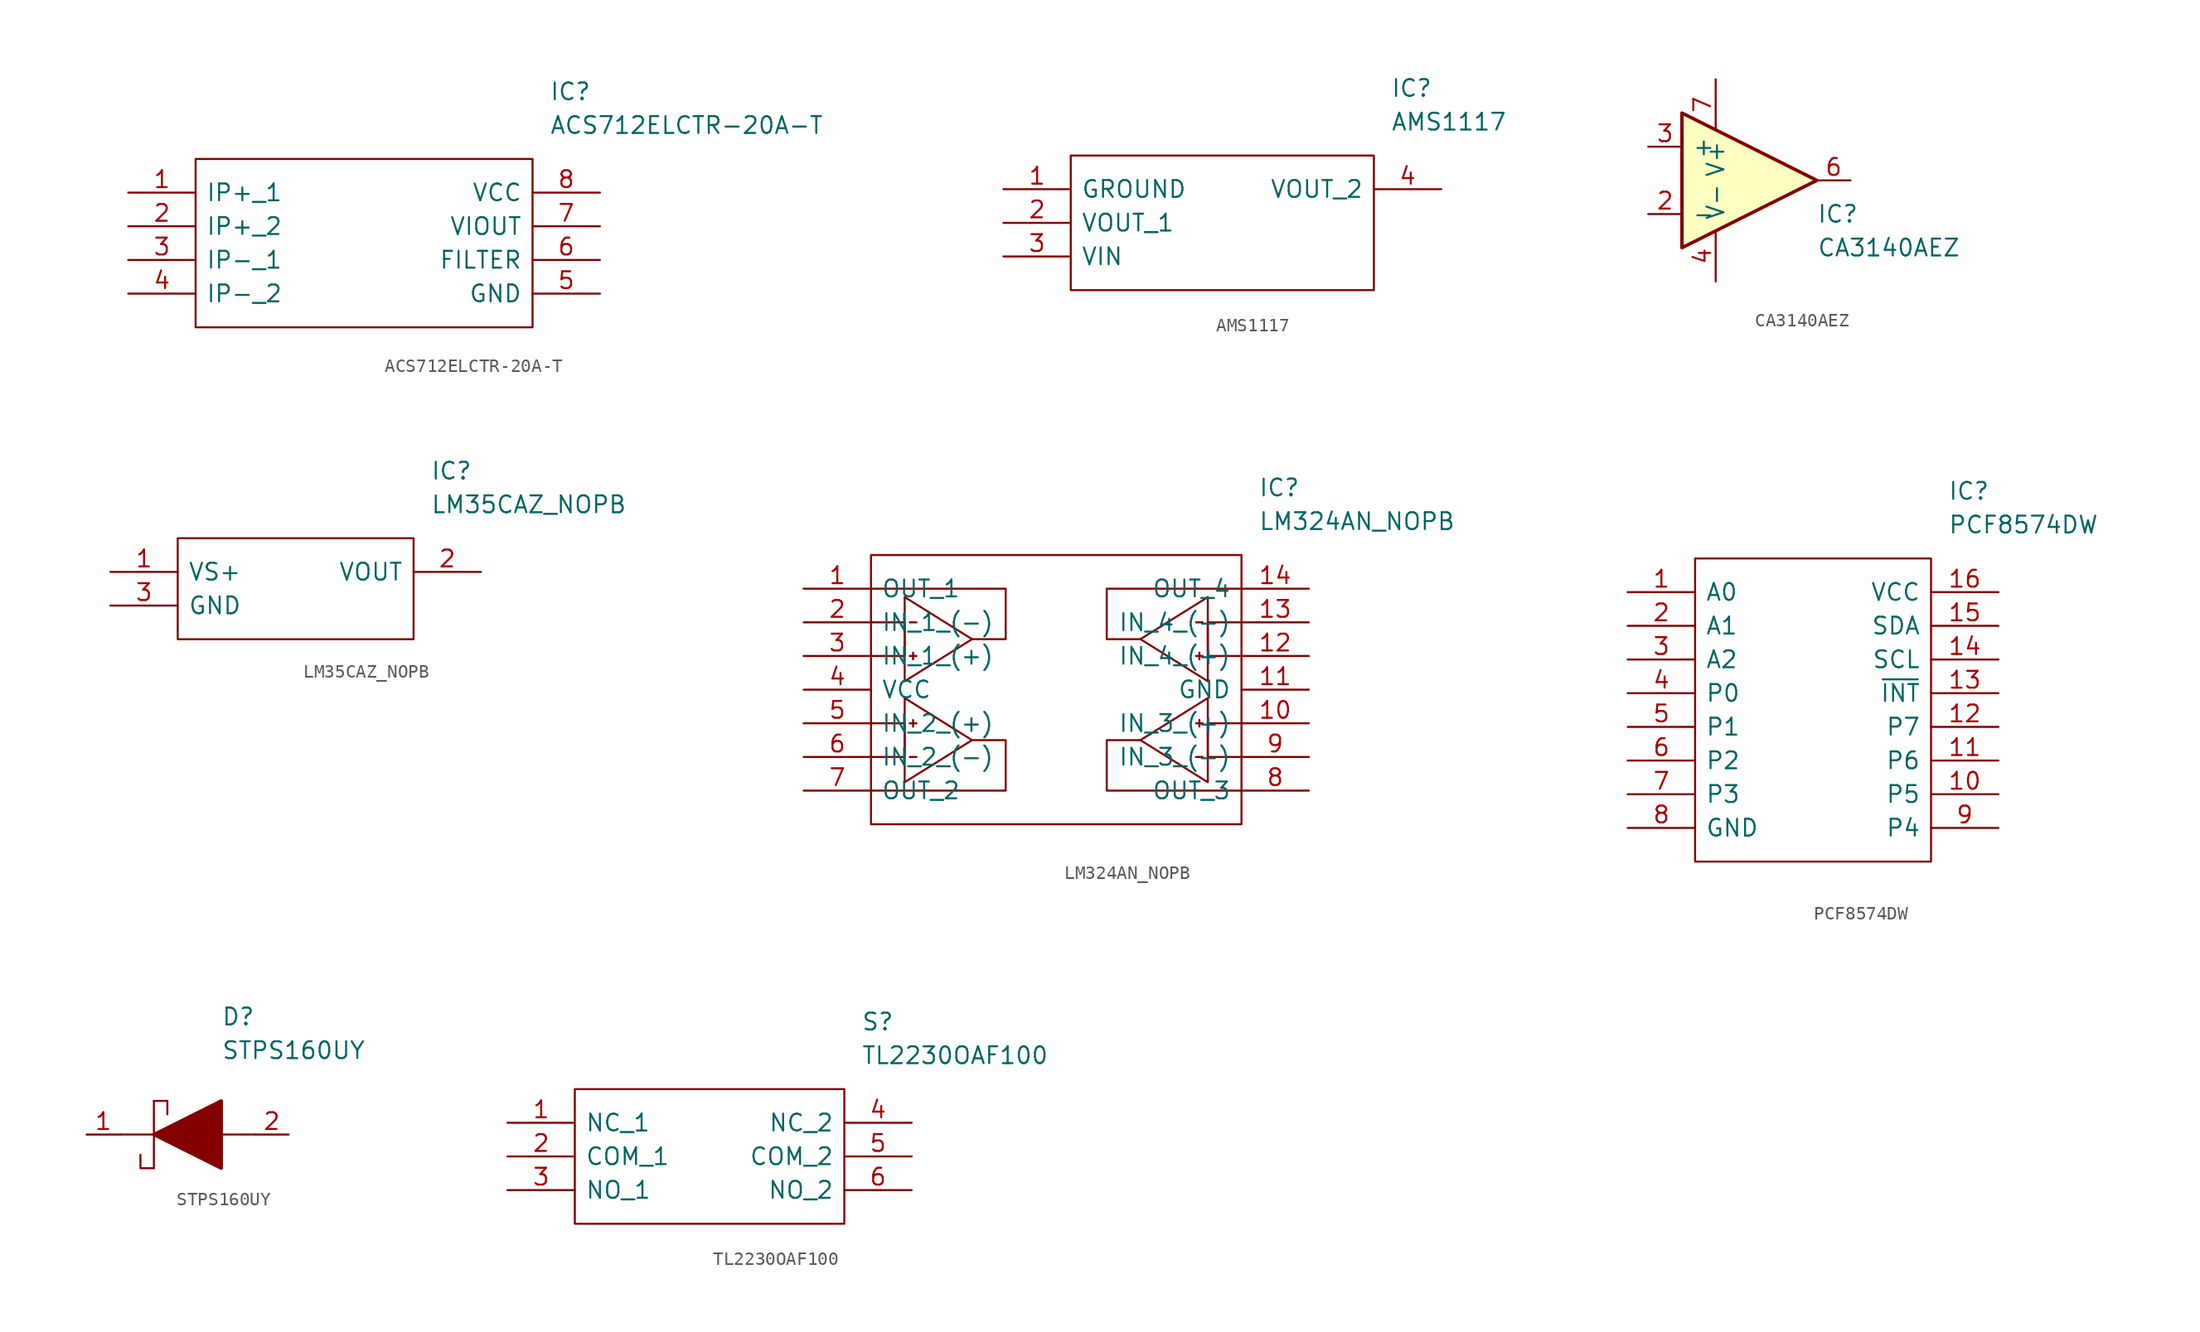
<source format=kicad_sym>
(kicad_symbol_lib
  (version 20211014)
  (generator kicad_symbol_editor)
  (symbol "ACS712ELCTR-20A-T"
    (pin_names
      (offset 0.762))
    (property "Reference" "IC"
      (at 13.97 11.43 0)
      (effects (font (size 1.27 1.27)) (justify left)))
    (property "Value" "ACS712ELCTR-20A-T"
      (at 13.97 8.89 0)
      (effects (font (size 1.27 1.27)) (justify left)))
    (symbol "ACS712ELCTR-20A-T_0_0"
      (pin passive line (at -17.78 3.81 0) (length 5.08) (name "IP+_1" (effects (font (size 1.27 1.27)))) (number "1" (effects (font (size 1.27 1.27)))))
      (pin passive line (at -17.78 1.27 0) (length 5.08) (name "IP+_2" (effects (font (size 1.27 1.27)))) (number "2" (effects (font (size 1.27 1.27)))))
      (pin passive line (at -17.78 -1.27 0) (length 5.08) (name "IP-_1" (effects (font (size 1.27 1.27)))) (number "3" (effects (font (size 1.27 1.27)))))
      (pin passive line (at -17.78 -3.81 0) (length 5.08) (name "IP-_2" (effects (font (size 1.27 1.27)))) (number "4" (effects (font (size 1.27 1.27)))))
      (pin passive line (at 17.78 -3.81 180) (length 5.08) (name "GND" (effects (font (size 1.27 1.27)))) (number "5" (effects (font (size 1.27 1.27)))))
      (pin passive line (at 17.78 -1.27 180) (length 5.08) (name "FILTER" (effects (font (size 1.27 1.27)))) (number "6" (effects (font (size 1.27 1.27)))))
      (pin passive line (at 17.78 1.27 180) (length 5.08) (name "VIOUT" (effects (font (size 1.27 1.27)))) (number "7" (effects (font (size 1.27 1.27)))))
      (pin passive line (at 17.78 3.81 180) (length 5.08) (name "VCC" (effects (font (size 1.27 1.27)))) (number "8" (effects (font (size 1.27 1.27))))))
    (symbol "ACS712ELCTR-20A-T_0_1"
      (polyline (pts (xy -12.7 6.35) (xy 12.7 6.35) (xy 12.7 -6.35) (xy -12.7 -6.35) (xy -12.7 6.35)) (stroke (width 0.152) (type default) (color 0 0 0 0)) (fill (type none)))))
  (symbol "AMS1117"
    (pin_names
      (offset 0.762))
    (property "Reference" "IC"
      (at 29.21 7.62 0)
      (effects (font (size 1.27 1.27)) (justify left)))
    (property "Value" "AMS1117"
      (at 29.21 5.08 0)
      (effects (font (size 1.27 1.27)) (justify left)))
    (symbol "AMS1117_0_0"
      (pin passive line (at 0 0 0) (length 5.08) (name "GROUND" (effects (font (size 1.27 1.27)))) (number "1" (effects (font (size 1.27 1.27)))))
      (pin passive line (at 0 -2.54 0) (length 5.08) (name "VOUT_1" (effects (font (size 1.27 1.27)))) (number "2" (effects (font (size 1.27 1.27)))))
      (pin passive line (at 0 -5.08 0) (length 5.08) (name "VIN" (effects (font (size 1.27 1.27)))) (number "3" (effects (font (size 1.27 1.27)))))
      (pin passive line (at 33.02 0 180) (length 5.08) (name "VOUT_2" (effects (font (size 1.27 1.27)))) (number "4" (effects (font (size 1.27 1.27))))))
    (symbol "AMS1117_0_1"
      (polyline (pts (xy 5.08 2.54) (xy 27.94 2.54) (xy 27.94 -7.62) (xy 5.08 -7.62) (xy 5.08 2.54)) (stroke (width 0.152) (type default) (color 0 0 0 0)) (fill (type none)))))
  (symbol "CA3140AEZ"
    (pin_names
      (offset 0.762))
    (property "Reference" "IC"
      (at 5.08 -2.54 0)
      (effects (font (size 1.27 1.27)) (justify left)))
    (property "Value" "CA3140AEZ"
      (at 5.08 -5.08 0)
      (effects (font (size 1.27 1.27)) (justify left)))
    (symbol "CA3140AEZ_0_0"
      (pin passive line (at 0 -7.62 90) (length 5.08) hide (name "OFFSET_NULL_1" (effects (font (size 1.27 1.27)))) (number "1" (effects (font (size 1.27 1.27)))))
      (pin passive line (at 2.54 -6.35 90) (length 5.08) hide (name "OFFSET_NULL_2" (effects (font (size 1.27 1.27)))) (number "5" (effects (font (size 1.27 1.27)))))
      (pin passive line (at 2.54 6.35 270) (length 5.08) hide (name "STROBE" (effects (font (size 1.27 1.27)))) (number "8" (effects (font (size 1.27 1.27))))))
    (symbol "CA3140AEZ_1_1"
      (polyline (pts (xy -5.08 5.08) (xy 5.08 0) (xy -5.08 -5.08) (xy -5.08 5.08)) (stroke (width 0.254) (type default) (color 0 0 0 0)) (fill (type background)))
      (pin input line (at -7.62 -2.54 0) (length 2.54) (name "-" (effects (font (size 1.27 1.27)))) (number "2" (effects (font (size 1.27 1.27)))))
      (pin input line (at -7.62 2.54 0) (length 2.54) (name "+" (effects (font (size 1.27 1.27)))) (number "3" (effects (font (size 1.27 1.27)))))
      (pin power_in line (at -2.54 -7.62 90) (length 3.81) (name "V-" (effects (font (size 1.27 1.27)))) (number "4" (effects (font (size 1.27 1.27)))))
      (pin output line (at 7.62 0 180) (length 2.54) (name "~" (effects (font (size 1.27 1.27)))) (number "6" (effects (font (size 1.27 1.27)))))
      (pin power_in line (at -2.54 7.62 270) (length 3.81) (name "V+" (effects (font (size 1.27 1.27)))) (number "7" (effects (font (size 1.27 1.27)))))))
  (symbol "LM35CAZ_NOPB"
    (pin_names
      (offset 0.762))
    (property "Reference" "IC"
      (at 10.16 8.89 0)
      (effects (font (size 1.27 1.27)) (justify left)))
    (property "Value" "LM35CAZ_NOPB"
      (at 10.16 6.35 0)
      (effects (font (size 1.27 1.27)) (justify left)))
    (symbol "LM35CAZ_NOPB_0_0"
      (pin passive line (at -13.97 1.27 0) (length 5.08) (name "VS+" (effects (font (size 1.27 1.27)))) (number "1" (effects (font (size 1.27 1.27)))))
      (pin output line (at 13.97 1.27 180) (length 5.08) (name "VOUT" (effects (font (size 1.27 1.27)))) (number "2" (effects (font (size 1.27 1.27)))))
      (pin power_in line (at -13.97 -1.27 0) (length 5.08) (name "GND" (effects (font (size 1.27 1.27)))) (number "3" (effects (font (size 1.27 1.27))))))
    (symbol "LM35CAZ_NOPB_0_1"
      (polyline (pts (xy -8.89 3.81) (xy 8.89 3.81) (xy 8.89 -3.81) (xy -8.89 -3.81) (xy -8.89 3.81)) (stroke (width 0.152) (type default) (color 0 0 0 0)) (fill (type none)))))
  (symbol "LM324AN_NOPB"
    (pin_names
      (offset 0.762))
    (property "Reference" "IC"
      (at 15.24 15.24 0)
      (effects (font (size 1.27 1.27)) (justify left)))
    (property "Value" "LM324AN_NOPB"
      (at 15.24 12.7 0)
      (effects (font (size 1.27 1.27)) (justify left)))
    (symbol "LM324AN_NOPB_0_0"
      (pin output line (at -19.05 7.62 0) (length 5.08) (name "OUT_1" (effects (font (size 1.27 1.27)))) (number "1" (effects (font (size 1.27 1.27)))))
      (pin input line (at 19.05 -2.54 180) (length 5.08) (name "IN_3_(+)" (effects (font (size 1.27 1.27)))) (number "10" (effects (font (size 1.27 1.27)))))
      (pin power_in line (at 19.05 0 180) (length 5.08) (name "GND" (effects (font (size 1.27 1.27)))) (number "11" (effects (font (size 1.27 1.27)))))
      (pin input line (at 19.05 2.54 180) (length 5.08) (name "IN_4_(+)" (effects (font (size 1.27 1.27)))) (number "12" (effects (font (size 1.27 1.27)))))
      (pin input line (at 19.05 5.08 180) (length 5.08) (name "IN_4_(-)" (effects (font (size 1.27 1.27)))) (number "13" (effects (font (size 1.27 1.27)))))
      (pin output line (at 19.05 7.62 180) (length 5.08) (name "OUT_4" (effects (font (size 1.27 1.27)))) (number "14" (effects (font (size 1.27 1.27)))))
      (pin input line (at -19.05 5.08 0) (length 5.08) (name "IN_1_(-)" (effects (font (size 1.27 1.27)))) (number "2" (effects (font (size 1.27 1.27)))))
      (pin input line (at -19.05 2.54 0) (length 5.08) (name "IN_1_(+)" (effects (font (size 1.27 1.27)))) (number "3" (effects (font (size 1.27 1.27)))))
      (pin power_in line (at -19.05 0 0) (length 5.08) (name "VCC" (effects (font (size 1.27 1.27)))) (number "4" (effects (font (size 1.27 1.27)))))
      (pin input line (at -19.05 -2.54 0) (length 5.08) (name "IN_2_(+)" (effects (font (size 1.27 1.27)))) (number "5" (effects (font (size 1.27 1.27)))))
      (pin input line (at -19.05 -5.08 0) (length 5.08) (name "IN_2_(-)" (effects (font (size 1.27 1.27)))) (number "6" (effects (font (size 1.27 1.27)))))
      (pin output line (at -19.05 -7.62 0) (length 5.08) (name "OUT_2" (effects (font (size 1.27 1.27)))) (number "7" (effects (font (size 1.27 1.27)))))
      (pin output line (at 19.05 -7.62 180) (length 5.08) (name "OUT_3" (effects (font (size 1.27 1.27)))) (number "8" (effects (font (size 1.27 1.27)))))
      (pin input line (at 19.05 -5.08 180) (length 5.08) (name "IN_3_(-)" (effects (font (size 1.27 1.27)))) (number "9" (effects (font (size 1.27 1.27))))))
    (symbol "LM324AN_NOPB_0_1"
      (polyline (pts (xy -11.049 2.54) (xy -10.541 2.54)) (stroke (width 0) (type default) (color 0 0 0 0)) (fill (type none)))
      (polyline (pts (xy -10.795 2.794) (xy -10.795 2.286)) (stroke (width 0) (type default) (color 0 0 0 0)) (fill (type none)))
      (polyline (pts (xy -11.049 5.08) (xy -10.541 5.08) (xy -10.668 5.08)) (stroke (width 0) (type default) (color 0 0 0 0)) (fill (type none)))
      (polyline (pts (xy -13.97 5.08) (xy -11.43 5.08) (xy -11.43 2.54) (xy -13.97 2.54)) (stroke (width 0) (type default) (color 0 0 0 0)) (fill (type none)))
      (polyline (pts (xy -11.43 6.985) (xy -11.43 0.635) (xy -6.35 3.81) (xy -11.43 6.985)) (stroke (width 0) (type default) (color 0 0 0 0)) (fill (type none)))
      (polyline (pts (xy -6.35 3.81) (xy -3.81 3.81) (xy -3.81 7.62) (xy -13.97 7.62)) (stroke (width 0) (type default) (color 0 0 0 0)) (fill (type none)))
      (polyline (pts (xy -13.97 10.16) (xy 13.97 10.16) (xy 13.97 -10.16) (xy -13.97 -10.16) (xy -13.97 10.16)) (stroke (width 0.152) (type default) (color 0 0 0 0)) (fill (type none))))
    (symbol "LM324AN_NOPB_1_1"
      (polyline (pts (xy -11.049 -2.54) (xy -10.541 -2.54)) (stroke (width 0) (type default) (color 0 0 0 0)) (fill (type none)))
      (polyline (pts (xy -10.795 -2.794) (xy -10.795 -2.286)) (stroke (width 0) (type default) (color 0 0 0 0)) (fill (type none)))
      (polyline (pts (xy 10.795 -2.794) (xy 10.795 -2.286)) (stroke (width 0) (type default) (color 0 0 0 0)) (fill (type none)))
      (polyline (pts (xy 10.795 2.794) (xy 10.795 2.286)) (stroke (width 0) (type default) (color 0 0 0 0)) (fill (type none)))
      (polyline (pts (xy 11.049 -2.54) (xy 10.541 -2.54)) (stroke (width 0) (type default) (color 0 0 0 0)) (fill (type none)))
      (polyline (pts (xy 11.049 2.54) (xy 10.541 2.54)) (stroke (width 0) (type default) (color 0 0 0 0)) (fill (type none)))
      (polyline (pts (xy -11.049 -5.08) (xy -10.541 -5.08) (xy -10.668 -5.08)) (stroke (width 0) (type default) (color 0 0 0 0)) (fill (type none)))
      (polyline (pts (xy 11.049 -5.08) (xy 10.541 -5.08) (xy 10.668 -5.08)) (stroke (width 0) (type default) (color 0 0 0 0)) (fill (type none)))
      (polyline (pts (xy 11.049 5.08) (xy 10.541 5.08) (xy 10.668 5.08)) (stroke (width 0) (type default) (color 0 0 0 0)) (fill (type none)))
      (polyline (pts (xy -13.97 -5.08) (xy -11.43 -5.08) (xy -11.43 -2.54) (xy -13.97 -2.54)) (stroke (width 0) (type default) (color 0 0 0 0)) (fill (type none)))
      (polyline (pts (xy -11.43 -6.985) (xy -11.43 -0.635) (xy -6.35 -3.81) (xy -11.43 -6.985)) (stroke (width 0) (type default) (color 0 0 0 0)) (fill (type none)))
      (polyline (pts (xy -6.35 -3.81) (xy -3.81 -3.81) (xy -3.81 -7.62) (xy -13.97 -7.62)) (stroke (width 0) (type default) (color 0 0 0 0)) (fill (type none)))
      (polyline (pts (xy 6.35 -3.81) (xy 3.81 -3.81) (xy 3.81 -7.62) (xy 13.97 -7.62)) (stroke (width 0) (type default) (color 0 0 0 0)) (fill (type none)))
      (polyline (pts (xy 6.35 3.81) (xy 3.81 3.81) (xy 3.81 7.62) (xy 13.97 7.62)) (stroke (width 0) (type default) (color 0 0 0 0)) (fill (type none)))
      (polyline (pts (xy 11.43 -6.985) (xy 11.43 -0.635) (xy 6.35 -3.81) (xy 11.43 -6.985)) (stroke (width 0) (type default) (color 0 0 0 0)) (fill (type none)))
      (polyline (pts (xy 11.43 6.985) (xy 11.43 0.635) (xy 6.35 3.81) (xy 11.43 6.985)) (stroke (width 0) (type default) (color 0 0 0 0)) (fill (type none)))
      (polyline (pts (xy 13.97 -5.08) (xy 11.43 -5.08) (xy 11.43 -2.54) (xy 13.97 -2.54)) (stroke (width 0) (type default) (color 0 0 0 0)) (fill (type none)))
      (polyline (pts (xy 13.97 5.08) (xy 11.43 5.08) (xy 11.43 2.54) (xy 13.97 2.54)) (stroke (width 0) (type default) (color 0 0 0 0)) (fill (type none)))))
  (symbol "PCF8574DW"
    (pin_names
      (offset 0.762))
    (property "Reference" "IC"
      (at 10.16 16.51 0)
      (effects (font (size 1.27 1.27)) (justify left)))
    (property "Value" "PCF8574DW"
      (at 10.16 13.97 0)
      (effects (font (size 1.27 1.27)) (justify left)))
    (symbol "PCF8574DW_0_0"
      (pin passive line (at -13.97 8.89 0) (length 5.08) (name "A0" (effects (font (size 1.27 1.27)))) (number "1" (effects (font (size 1.27 1.27)))))
      (pin passive line (at 13.97 -6.35 180) (length 5.08) (name "P5" (effects (font (size 1.27 1.27)))) (number "10" (effects (font (size 1.27 1.27)))))
      (pin passive line (at 13.97 -3.81 180) (length 5.08) (name "P6" (effects (font (size 1.27 1.27)))) (number "11" (effects (font (size 1.27 1.27)))))
      (pin passive line (at 13.97 -1.27 180) (length 5.08) (name "P7" (effects (font (size 1.27 1.27)))) (number "12" (effects (font (size 1.27 1.27)))))
      (pin passive line (at 13.97 1.27 180) (length 5.08) (name "~{INT}" (effects (font (size 1.27 1.27)))) (number "13" (effects (font (size 1.27 1.27)))))
      (pin passive line (at 13.97 3.81 180) (length 5.08) (name "SCL" (effects (font (size 1.27 1.27)))) (number "14" (effects (font (size 1.27 1.27)))))
      (pin passive line (at 13.97 6.35 180) (length 5.08) (name "SDA" (effects (font (size 1.27 1.27)))) (number "15" (effects (font (size 1.27 1.27)))))
      (pin passive line (at 13.97 8.89 180) (length 5.08) (name "VCC" (effects (font (size 1.27 1.27)))) (number "16" (effects (font (size 1.27 1.27)))))
      (pin passive line (at -13.97 6.35 0) (length 5.08) (name "A1" (effects (font (size 1.27 1.27)))) (number "2" (effects (font (size 1.27 1.27)))))
      (pin passive line (at -13.97 3.81 0) (length 5.08) (name "A2" (effects (font (size 1.27 1.27)))) (number "3" (effects (font (size 1.27 1.27)))))
      (pin passive line (at -13.97 1.27 0) (length 5.08) (name "P0" (effects (font (size 1.27 1.27)))) (number "4" (effects (font (size 1.27 1.27)))))
      (pin passive line (at -13.97 -1.27 0) (length 5.08) (name "P1" (effects (font (size 1.27 1.27)))) (number "5" (effects (font (size 1.27 1.27)))))
      (pin passive line (at -13.97 -3.81 0) (length 5.08) (name "P2" (effects (font (size 1.27 1.27)))) (number "6" (effects (font (size 1.27 1.27)))))
      (pin passive line (at -13.97 -6.35 0) (length 5.08) (name "P3" (effects (font (size 1.27 1.27)))) (number "7" (effects (font (size 1.27 1.27)))))
      (pin passive line (at -13.97 -8.89 0) (length 5.08) (name "GND" (effects (font (size 1.27 1.27)))) (number "8" (effects (font (size 1.27 1.27)))))
      (pin passive line (at 13.97 -8.89 180) (length 5.08) (name "P4" (effects (font (size 1.27 1.27)))) (number "9" (effects (font (size 1.27 1.27))))))
    (symbol "PCF8574DW_0_1"
      (polyline (pts (xy -8.89 11.43) (xy 8.89 11.43) (xy 8.89 -11.43) (xy -8.89 -11.43) (xy -8.89 11.43)) (stroke (width 0.152) (type default) (color 0 0 0 0)) (fill (type none)))))
  (symbol "STPS160UY"
    (pin_names
      (offset 0.762))
    (property "Reference" "D"
      (at 2.54 8.89 0)
      (effects (font (size 1.27 1.27)) (justify left)))
    (property "Value" "STPS160UY"
      (at 2.54 6.35 0)
      (effects (font (size 1.27 1.27)) (justify left)))
    (symbol "STPS160UY_0_0"
      (pin passive line (at -7.62 0 0) (length 2.54) (name "~" (effects (font (size 1.27 1.27)))) (number "1" (effects (font (size 1.27 1.27)))))
      (pin passive line (at 7.62 0 180) (length 2.54) (name "~" (effects (font (size 1.27 1.27)))) (number "2" (effects (font (size 1.27 1.27))))))
    (symbol "STPS160UY_0_1"
      (polyline (pts (xy -5.08 0) (xy -2.54 0)) (stroke (width 0.152) (type default) (color 0 0 0 0)) (fill (type none)))
      (polyline (pts (xy -2.54 2.54) (xy -2.54 -2.54)) (stroke (width 0.152) (type default) (color 0 0 0 0)) (fill (type none)))
      (polyline (pts (xy 2.54 0) (xy 5.08 0)) (stroke (width 0.152) (type default) (color 0 0 0 0)) (fill (type none)))
      (polyline (pts (xy -2.54 -2.54) (xy -3.556 -2.54) (xy -3.556 -1.524)) (stroke (width 0.152) (type default) (color 0 0 0 0)) (fill (type none)))
      (polyline (pts (xy -2.54 2.54) (xy -1.524 2.54) (xy -1.524 1.524)) (stroke (width 0.152) (type default) (color 0 0 0 0)) (fill (type none)))
      (polyline (pts (xy -2.54 0) (xy 2.54 2.54) (xy 2.54 -2.54) (xy -2.54 0)) (stroke (width 0.254) (type default) (color 0 0 0 0)) (fill (type outline)))))
  (symbol "TL2230OAF100"
    (pin_names
      (offset 0.762))
    (property "Reference" "S"
      (at 11.43 10.16 0)
      (effects (font (size 1.27 1.27)) (justify left)))
    (property "Value" "TL2230OAF100"
      (at 11.43 7.62 0)
      (effects (font (size 1.27 1.27)) (justify left)))
    (symbol "TL2230OAF100_0_0"
      (pin passive line (at -15.24 2.54 0) (length 5.08) (name "NC_1" (effects (font (size 1.27 1.27)))) (number "1" (effects (font (size 1.27 1.27)))))
      (pin passive line (at -15.24 0 0) (length 5.08) (name "COM_1" (effects (font (size 1.27 1.27)))) (number "2" (effects (font (size 1.27 1.27)))))
      (pin passive line (at -15.24 -2.54 0) (length 5.08) (name "NO_1" (effects (font (size 1.27 1.27)))) (number "3" (effects (font (size 1.27 1.27)))))
      (pin passive line (at 15.24 2.54 180) (length 5.08) (name "NC_2" (effects (font (size 1.27 1.27)))) (number "4" (effects (font (size 1.27 1.27)))))
      (pin passive line (at 15.24 0 180) (length 5.08) (name "COM_2" (effects (font (size 1.27 1.27)))) (number "5" (effects (font (size 1.27 1.27)))))
      (pin passive line (at 15.24 -2.54 180) (length 5.08) (name "NO_2" (effects (font (size 1.27 1.27)))) (number "6" (effects (font (size 1.27 1.27))))))
    (symbol "TL2230OAF100_0_1"
      (polyline (pts (xy -10.16 5.08) (xy 10.16 5.08) (xy 10.16 -5.08) (xy -10.16 -5.08) (xy -10.16 5.08)) (stroke (width 0.152) (type default) (color 0 0 0 0)) (fill (type none))))))
</source>
